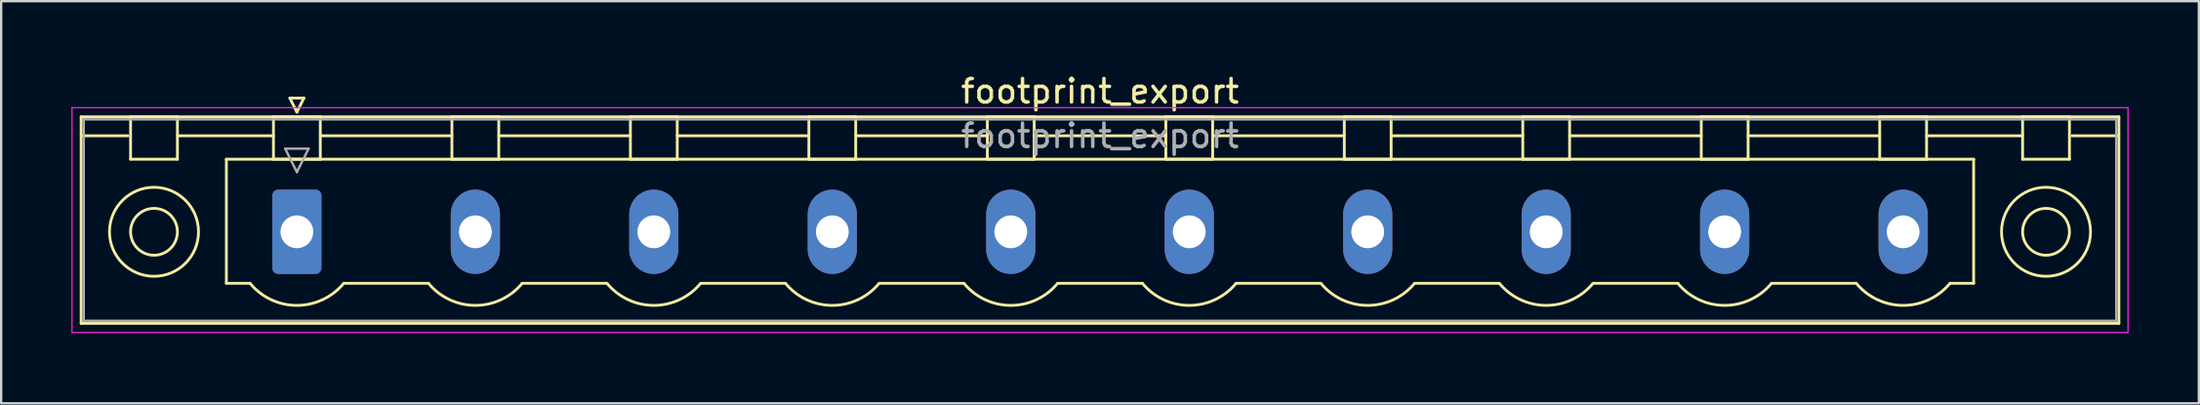
<source format=kicad_pcb>
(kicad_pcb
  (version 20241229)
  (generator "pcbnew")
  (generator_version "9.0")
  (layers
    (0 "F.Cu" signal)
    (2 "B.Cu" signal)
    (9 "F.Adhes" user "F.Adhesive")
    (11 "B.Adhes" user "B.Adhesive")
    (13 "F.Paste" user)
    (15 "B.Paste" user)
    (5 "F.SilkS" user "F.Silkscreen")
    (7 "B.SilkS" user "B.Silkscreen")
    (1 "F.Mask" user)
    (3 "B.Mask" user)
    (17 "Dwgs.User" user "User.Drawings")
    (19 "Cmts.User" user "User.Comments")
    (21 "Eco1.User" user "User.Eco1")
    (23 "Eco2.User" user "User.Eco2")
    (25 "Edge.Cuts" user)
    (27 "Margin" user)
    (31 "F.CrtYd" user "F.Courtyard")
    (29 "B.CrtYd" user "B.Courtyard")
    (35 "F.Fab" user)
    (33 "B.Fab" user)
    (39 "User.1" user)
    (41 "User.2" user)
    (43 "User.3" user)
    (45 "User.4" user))
  (footprint "footprint_export"
    (layer "F.Cu")
    (at 9.625 6.848)
    (property "Reference" "footprint_export" (at 34.29 -6 0) (layer "F.SilkS") (effects (font (size 1 1) (thickness 0.15))))
    (attr through_hole)
    (fp_line (start -9.21 -4.91) (end -9.21 3.91) (stroke (width 0.12) (type solid)) (layer "F.SilkS"))
    (fp_line (start -9.21 -4.1) (end -7.21 -4.1) (stroke (width 0.12) (type solid)) (layer "F.SilkS"))
    (fp_line (start -9.21 3.91) (end 77.79 3.91) (stroke (width 0.12) (type solid)) (layer "F.SilkS"))
    (fp_line (start -7.1 -4.91) (end -5.1 -4.91) (stroke (width 0.12) (type solid)) (layer "F.SilkS"))
    (fp_line (start -7.1 -3.1) (end -7.1 -4.91) (stroke (width 0.12) (type solid)) (layer "F.SilkS"))
    (fp_line (start -5.1 -4.91) (end -5.1 -3.1) (stroke (width 0.12) (type solid)) (layer "F.SilkS"))
    (fp_line (start -5.1 -4.1) (end -1 -4.1) (stroke (width 0.12) (type solid)) (layer "F.SilkS"))
    (fp_line (start -5.1 -3.1) (end -7.1 -3.1) (stroke (width 0.12) (type solid)) (layer "F.SilkS"))
    (fp_line (start -3.01 -3.1) (end 71.59 -3.1) (stroke (width 0.12) (type solid)) (layer "F.SilkS"))
    (fp_line (start -3.01 2.2) (end -3.01 -3.1) (stroke (width 0.12) (type solid)) (layer "F.SilkS"))
    (fp_line (start -2 2.2) (end -3.01 2.2) (stroke (width 0.12) (type solid)) (layer "F.SilkS"))
    (fp_line (start -1 -4.91) (end 1 -4.91) (stroke (width 0.12) (type solid)) (layer "F.SilkS"))
    (fp_line (start -1 -3.1) (end -1 -4.91) (stroke (width 0.12) (type solid)) (layer "F.SilkS"))
    (fp_line (start -0.3 -5.71) (end 0.3 -5.71) (stroke (width 0.12) (type solid)) (layer "F.SilkS"))
    (fp_line (start 0 -5.11) (end -0.3 -5.71) (stroke (width 0.12) (type solid)) (layer "F.SilkS"))
    (fp_line (start 0.3 -5.71) (end 0 -5.11) (stroke (width 0.12) (type solid)) (layer "F.SilkS"))
    (fp_line (start 1 -4.91) (end 1 -3.1) (stroke (width 0.12) (type solid)) (layer "F.SilkS"))
    (fp_line (start 1 -4.1) (end 6.62 -4.1) (stroke (width 0.12) (type solid)) (layer "F.SilkS"))
    (fp_line (start 1 -3.1) (end -1 -3.1) (stroke (width 0.12) (type solid)) (layer "F.SilkS"))
    (fp_line (start 2 2.2) (end 5.62 2.2) (stroke (width 0.12) (type solid)) (layer "F.SilkS"))
    (fp_line (start 6.62 -4.91) (end 8.62 -4.91) (stroke (width 0.12) (type solid)) (layer "F.SilkS"))
    (fp_line (start 6.62 -3.1) (end 6.62 -4.91) (stroke (width 0.12) (type solid)) (layer "F.SilkS"))
    (fp_line (start 8.62 -4.91) (end 8.62 -3.1) (stroke (width 0.12) (type solid)) (layer "F.SilkS"))
    (fp_line (start 8.62 -4.1) (end 14.24 -4.1) (stroke (width 0.12) (type solid)) (layer "F.SilkS"))
    (fp_line (start 8.62 -3.1) (end 6.62 -3.1) (stroke (width 0.12) (type solid)) (layer "F.SilkS"))
    (fp_line (start 9.62 2.2) (end 13.24 2.2) (stroke (width 0.12) (type solid)) (layer "F.SilkS"))
    (fp_line (start 14.24 -4.91) (end 16.24 -4.91) (stroke (width 0.12) (type solid)) (layer "F.SilkS"))
    (fp_line (start 14.24 -3.1) (end 14.24 -4.91) (stroke (width 0.12) (type solid)) (layer "F.SilkS"))
    (fp_line (start 16.24 -4.91) (end 16.24 -3.1) (stroke (width 0.12) (type solid)) (layer "F.SilkS"))
    (fp_line (start 16.24 -4.1) (end 21.86 -4.1) (stroke (width 0.12) (type solid)) (layer "F.SilkS"))
    (fp_line (start 16.24 -3.1) (end 14.24 -3.1) (stroke (width 0.12) (type solid)) (layer "F.SilkS"))
    (fp_line (start 17.24 2.2) (end 20.86 2.2) (stroke (width 0.12) (type solid)) (layer "F.SilkS"))
    (fp_line (start 21.86 -4.91) (end 23.86 -4.91) (stroke (width 0.12) (type solid)) (layer "F.SilkS"))
    (fp_line (start 21.86 -3.1) (end 21.86 -4.91) (stroke (width 0.12) (type solid)) (layer "F.SilkS"))
    (fp_line (start 23.86 -4.91) (end 23.86 -3.1) (stroke (width 0.12) (type solid)) (layer "F.SilkS"))
    (fp_line (start 23.86 -4.1) (end 29.48 -4.1) (stroke (width 0.12) (type solid)) (layer "F.SilkS"))
    (fp_line (start 23.86 -3.1) (end 21.86 -3.1) (stroke (width 0.12) (type solid)) (layer "F.SilkS"))
    (fp_line (start 24.86 2.2) (end 28.48 2.2) (stroke (width 0.12) (type solid)) (layer "F.SilkS"))
    (fp_line (start 29.48 -4.91) (end 31.48 -4.91) (stroke (width 0.12) (type solid)) (layer "F.SilkS"))
    (fp_line (start 29.48 -3.1) (end 29.48 -4.91) (stroke (width 0.12) (type solid)) (layer "F.SilkS"))
    (fp_line (start 31.48 -4.91) (end 31.48 -3.1) (stroke (width 0.12) (type solid)) (layer "F.SilkS"))
    (fp_line (start 31.48 -4.1) (end 37.1 -4.1) (stroke (width 0.12) (type solid)) (layer "F.SilkS"))
    (fp_line (start 31.48 -3.1) (end 29.48 -3.1) (stroke (width 0.12) (type solid)) (layer "F.SilkS"))
    (fp_line (start 32.48 2.2) (end 36.1 2.2) (stroke (width 0.12) (type solid)) (layer "F.SilkS"))
    (fp_line (start 37.1 -4.91) (end 39.1 -4.91) (stroke (width 0.12) (type solid)) (layer "F.SilkS"))
    (fp_line (start 37.1 -3.1) (end 37.1 -4.91) (stroke (width 0.12) (type solid)) (layer "F.SilkS"))
    (fp_line (start 39.1 -4.91) (end 39.1 -3.1) (stroke (width 0.12) (type solid)) (layer "F.SilkS"))
    (fp_line (start 39.1 -4.1) (end 44.72 -4.1) (stroke (width 0.12) (type solid)) (layer "F.SilkS"))
    (fp_line (start 39.1 -3.1) (end 37.1 -3.1) (stroke (width 0.12) (type solid)) (layer "F.SilkS"))
    (fp_line (start 40.1 2.2) (end 43.72 2.2) (stroke (width 0.12) (type solid)) (layer "F.SilkS"))
    (fp_line (start 44.72 -4.91) (end 46.72 -4.91) (stroke (width 0.12) (type solid)) (layer "F.SilkS"))
    (fp_line (start 44.72 -3.1) (end 44.72 -4.91) (stroke (width 0.12) (type solid)) (layer "F.SilkS"))
    (fp_line (start 46.72 -4.91) (end 46.72 -3.1) (stroke (width 0.12) (type solid)) (layer "F.SilkS"))
    (fp_line (start 46.72 -4.1) (end 52.34 -4.1) (stroke (width 0.12) (type solid)) (layer "F.SilkS"))
    (fp_line (start 46.72 -3.1) (end 44.72 -3.1) (stroke (width 0.12) (type solid)) (layer "F.SilkS"))
    (fp_line (start 47.72 2.2) (end 51.34 2.2) (stroke (width 0.12) (type solid)) (layer "F.SilkS"))
    (fp_line (start 52.34 -4.91) (end 54.34 -4.91) (stroke (width 0.12) (type solid)) (layer "F.SilkS"))
    (fp_line (start 52.34 -3.1) (end 52.34 -4.91) (stroke (width 0.12) (type solid)) (layer "F.SilkS"))
    (fp_line (start 54.34 -4.91) (end 54.34 -3.1) (stroke (width 0.12) (type solid)) (layer "F.SilkS"))
    (fp_line (start 54.34 -4.1) (end 59.96 -4.1) (stroke (width 0.12) (type solid)) (layer "F.SilkS"))
    (fp_line (start 54.34 -3.1) (end 52.34 -3.1) (stroke (width 0.12) (type solid)) (layer "F.SilkS"))
    (fp_line (start 55.34 2.2) (end 58.96 2.2) (stroke (width 0.12) (type solid)) (layer "F.SilkS"))
    (fp_line (start 59.96 -4.91) (end 61.96 -4.91) (stroke (width 0.12) (type solid)) (layer "F.SilkS"))
    (fp_line (start 59.96 -3.1) (end 59.96 -4.91) (stroke (width 0.12) (type solid)) (layer "F.SilkS"))
    (fp_line (start 61.96 -4.91) (end 61.96 -3.1) (stroke (width 0.12) (type solid)) (layer "F.SilkS"))
    (fp_line (start 61.96 -4.1) (end 67.58 -4.1) (stroke (width 0.12) (type solid)) (layer "F.SilkS"))
    (fp_line (start 61.96 -3.1) (end 59.96 -3.1) (stroke (width 0.12) (type solid)) (layer "F.SilkS"))
    (fp_line (start 62.96 2.2) (end 66.58 2.2) (stroke (width 0.12) (type solid)) (layer "F.SilkS"))
    (fp_line (start 67.58 -4.91) (end 69.58 -4.91) (stroke (width 0.12) (type solid)) (layer "F.SilkS"))
    (fp_line (start 67.58 -3.1) (end 67.58 -4.91) (stroke (width 0.12) (type solid)) (layer "F.SilkS"))
    (fp_line (start 69.58 -4.91) (end 69.58 -3.1) (stroke (width 0.12) (type solid)) (layer "F.SilkS"))
    (fp_line (start 69.58 -4.1) (end 73.68 -4.1) (stroke (width 0.12) (type solid)) (layer "F.SilkS"))
    (fp_line (start 69.58 -3.1) (end 67.58 -3.1) (stroke (width 0.12) (type solid)) (layer "F.SilkS"))
    (fp_line (start 71.59 -3.1) (end 71.59 2.2) (stroke (width 0.12) (type solid)) (layer "F.SilkS"))
    (fp_line (start 71.59 2.2) (end 70.58 2.2) (stroke (width 0.12) (type solid)) (layer "F.SilkS"))
    (fp_line (start 73.68 -4.91) (end 75.68 -4.91) (stroke (width 0.12) (type solid)) (layer "F.SilkS"))
    (fp_line (start 73.68 -3.1) (end 73.68 -4.91) (stroke (width 0.12) (type solid)) (layer "F.SilkS"))
    (fp_line (start 75.68 -4.91) (end 75.68 -3.1) (stroke (width 0.12) (type solid)) (layer "F.SilkS"))
    (fp_line (start 75.68 -3.1) (end 73.68 -3.1) (stroke (width 0.12) (type solid)) (layer "F.SilkS"))
    (fp_line (start 77.79 -4.91) (end -9.21 -4.91) (stroke (width 0.12) (type solid)) (layer "F.SilkS"))
    (fp_line (start 77.79 -4.1) (end 75.79 -4.1) (stroke (width 0.12) (type solid)) (layer "F.SilkS"))
    (fp_line (start 77.79 3.91) (end 77.79 -4.91) (stroke (width 0.12) (type solid)) (layer "F.SilkS"))
    (fp_arc (start 1.986842 2.215821) (mid -0.010289 3.142758) (end -2 2.2) (stroke (width 0.12) (type solid)) (layer "F.SilkS"))
    (fp_arc (start 9.606842 2.215821) (mid 7.609711 3.142758) (end 5.62 2.2) (stroke (width 0.12) (type solid)) (layer "F.SilkS"))
    (fp_arc (start 17.226842 2.215821) (mid 15.229711 3.142758) (end 13.24 2.2) (stroke (width 0.12) (type solid)) (layer "F.SilkS"))
    (fp_arc (start 24.846842 2.215821) (mid 22.849711 3.142758) (end 20.86 2.2) (stroke (width 0.12) (type solid)) (layer "F.SilkS"))
    (fp_arc (start 32.466842 2.215821) (mid 30.469711 3.142758) (end 28.48 2.2) (stroke (width 0.12) (type solid)) (layer "F.SilkS"))
    (fp_arc (start 40.086842 2.215821) (mid 38.089711 3.142758) (end 36.1 2.2) (stroke (width 0.12) (type solid)) (layer "F.SilkS"))
    (fp_arc (start 47.706842 2.215821) (mid 45.709711 3.142758) (end 43.72 2.2) (stroke (width 0.12) (type solid)) (layer "F.SilkS"))
    (fp_arc (start 55.326842 2.215821) (mid 53.329711 3.142758) (end 51.34 2.2) (stroke (width 0.12) (type solid)) (layer "F.SilkS"))
    (fp_arc (start 62.946842 2.215821) (mid 60.949711 3.142758) (end 58.96 2.2) (stroke (width 0.12) (type solid)) (layer "F.SilkS"))
    (fp_arc (start 70.566842 2.215821) (mid 68.569711 3.142758) (end 66.58 2.2) (stroke (width 0.12) (type solid)) (layer "F.SilkS"))
    (fp_circle (center -6.1 0) (end -5.1 0) (stroke (width 0.12) (type solid)) (fill no) (layer "F.SilkS"))
    (fp_circle (center -6.1 0) (end -4.2 0) (stroke (width 0.12) (type solid)) (fill no) (layer "F.SilkS"))
    (fp_circle (center 74.68 0) (end 75.68 0) (stroke (width 0.12) (type solid)) (fill no) (layer "F.SilkS"))
    (fp_circle (center 74.68 0) (end 76.58 0) (stroke (width 0.12) (type solid)) (fill no) (layer "F.SilkS"))
    (fp_line (start -9.6 -5.3) (end -9.6 4.3) (stroke (width 0.05) (type solid)) (layer "F.CrtYd"))
    (fp_line (start -9.6 4.3) (end 78.18 4.3) (stroke (width 0.05) (type solid)) (layer "F.CrtYd"))
    (fp_line (start 78.18 -5.3) (end -9.6 -5.3) (stroke (width 0.05) (type solid)) (layer "F.CrtYd"))
    (fp_line (start 78.18 4.3) (end 78.18 -5.3) (stroke (width 0.05) (type solid)) (layer "F.CrtYd"))
    (fp_line (start -9.1 -4.8) (end -9.1 3.8) (stroke (width 0.1) (type solid)) (layer "F.Fab"))
    (fp_line (start -9.1 3.8) (end 77.68 3.8) (stroke (width 0.1) (type solid)) (layer "F.Fab"))
    (fp_line (start -0.5 -3.55) (end 0.5 -3.55) (stroke (width 0.1) (type solid)) (layer "F.Fab"))
    (fp_line (start 0 -2.55) (end -0.5 -3.55) (stroke (width 0.1) (type solid)) (layer "F.Fab"))
    (fp_line (start 0.5 -3.55) (end 0 -2.55) (stroke (width 0.1) (type solid)) (layer "F.Fab"))
    (fp_line (start 77.68 -4.8) (end -9.1 -4.8) (stroke (width 0.1) (type solid)) (layer "F.Fab"))
    (fp_line (start 77.68 3.8) (end 77.68 -4.8) (stroke (width 0.1) (type solid)) (layer "F.Fab"))
    (fp_text user "${REFERENCE}" (at 34.29 -4.1 0) (layer "F.Fab") (effects (font (size 1 1) (thickness 0.15))))
    (pad "1" thru_hole roundrect (at 0 0) (size 2.1 3.6) (drill 1.4) (layers "*.Cu" "*.Mask") (roundrect_rratio 0.119))
    (pad "2" thru_hole oval (at 7.62 0) (size 2.1 3.6) (drill 1.4) (layers "*.Cu" "*.Mask"))
    (pad "3" thru_hole oval (at 15.24 0) (size 2.1 3.6) (drill 1.4) (layers "*.Cu" "*.Mask"))
    (pad "4" thru_hole oval (at 22.86 0) (size 2.1 3.6) (drill 1.4) (layers "*.Cu" "*.Mask"))
    (pad "5" thru_hole oval (at 30.48 0) (size 2.1 3.6) (drill 1.4) (layers "*.Cu" "*.Mask"))
    (pad "6" thru_hole oval (at 38.1 0) (size 2.1 3.6) (drill 1.4) (layers "*.Cu" "*.Mask"))
    (pad "7" thru_hole oval (at 45.72 0) (size 2.1 3.6) (drill 1.4) (layers "*.Cu" "*.Mask"))
    (pad "8" thru_hole oval (at 53.34 0) (size 2.1 3.6) (drill 1.4) (layers "*.Cu" "*.Mask"))
    (pad "9" thru_hole oval (at 60.96 0) (size 2.1 3.6) (drill 1.4) (layers "*.Cu" "*.Mask"))
    (pad "10" thru_hole oval (at 68.58 0) (size 2.1 3.6) (drill 1.4) (layers "*.Cu" "*.Mask")))
  (gr_rect
    (start -3 -3)
    (end 90.83 14.173)
    (stroke (width 0.1) (type default))
    (fill no)
    (layer "Edge.Cuts")))
</source>
